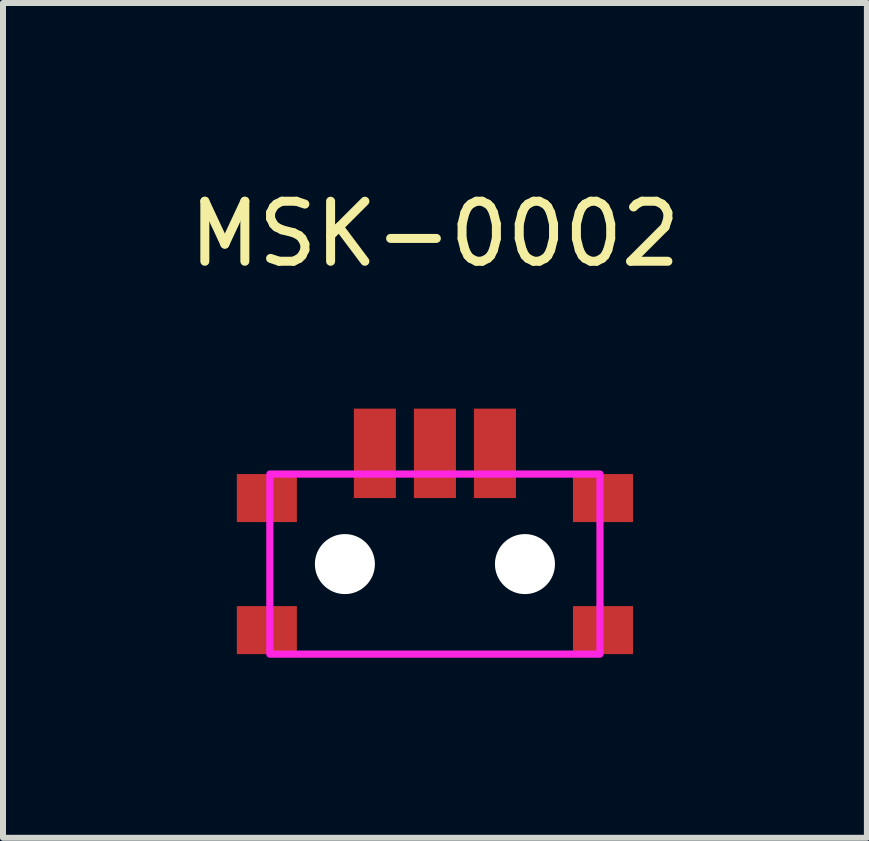
<source format=kicad_pcb>
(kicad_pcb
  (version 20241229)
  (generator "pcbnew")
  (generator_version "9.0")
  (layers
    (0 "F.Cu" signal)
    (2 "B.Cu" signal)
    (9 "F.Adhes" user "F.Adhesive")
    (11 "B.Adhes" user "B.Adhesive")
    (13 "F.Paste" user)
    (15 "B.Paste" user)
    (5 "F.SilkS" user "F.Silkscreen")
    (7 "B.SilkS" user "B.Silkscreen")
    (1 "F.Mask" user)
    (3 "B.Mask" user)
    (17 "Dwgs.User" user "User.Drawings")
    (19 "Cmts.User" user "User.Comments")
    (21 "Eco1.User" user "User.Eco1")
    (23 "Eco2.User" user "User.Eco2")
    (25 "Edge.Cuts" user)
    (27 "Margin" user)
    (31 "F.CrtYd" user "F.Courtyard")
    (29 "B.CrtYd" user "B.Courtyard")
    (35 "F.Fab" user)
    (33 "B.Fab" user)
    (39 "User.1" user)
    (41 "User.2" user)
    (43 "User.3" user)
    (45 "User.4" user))
  (footprint "MSK-0002"
    (layer "F.Cu")
    (at 4.196 6.348)
    (property "Reference" "MSK-0002" (at 0 -5.5 0) (unlocked yes) (layer "F.SilkS") (effects (font (size 1 1) (thickness 0.15))))
    (attr smd)
    (fp_rect (start -2.75 -1.5) (end 2.75 1.5) (stroke (width 0.12) (type solid)) (fill no) (layer "F.CrtYd"))
    (pad "" smd rect (at -2.8 -1.1) (size 1 0.8) (layers "F.Cu" "F.Mask" "F.Paste"))
    (pad "" smd rect (at -2.8 1.1) (size 1 0.8) (layers "F.Cu" "F.Mask" "F.Paste"))
    (pad "" np_thru_hole circle (at -1.5 0) (size 1 1) (drill 1) (layers "*.Cu" "*.Mask"))
    (pad "" smd rect (at -1 -1.845) (size 0.7 1.49) (layers "F.Cu" "F.Mask" "F.Paste"))
    (pad "" smd rect (at 0 -1.845) (size 0.7 1.49) (layers "F.Cu" "F.Mask" "F.Paste"))
    (pad "" smd rect (at 1 -1.845) (size 0.7 1.49) (layers "F.Cu" "F.Mask" "F.Paste"))
    (pad "" np_thru_hole circle (at 1.5 0) (size 1 1) (drill 1) (layers "*.Cu" "*.Mask"))
    (pad "" smd rect (at 2.8 -1.1) (size 1 0.8) (layers "F.Cu" "F.Mask" "F.Paste"))
    (pad "" smd rect (at 2.8 1.1) (size 1 0.8) (layers "F.Cu" "F.Mask" "F.Paste")))
  (gr_rect
    (start -3 -3)
    (end 11.393 10.908)
    (stroke (width 0.1) (type default))
    (fill no)
    (layer "Edge.Cuts")))
</source>
